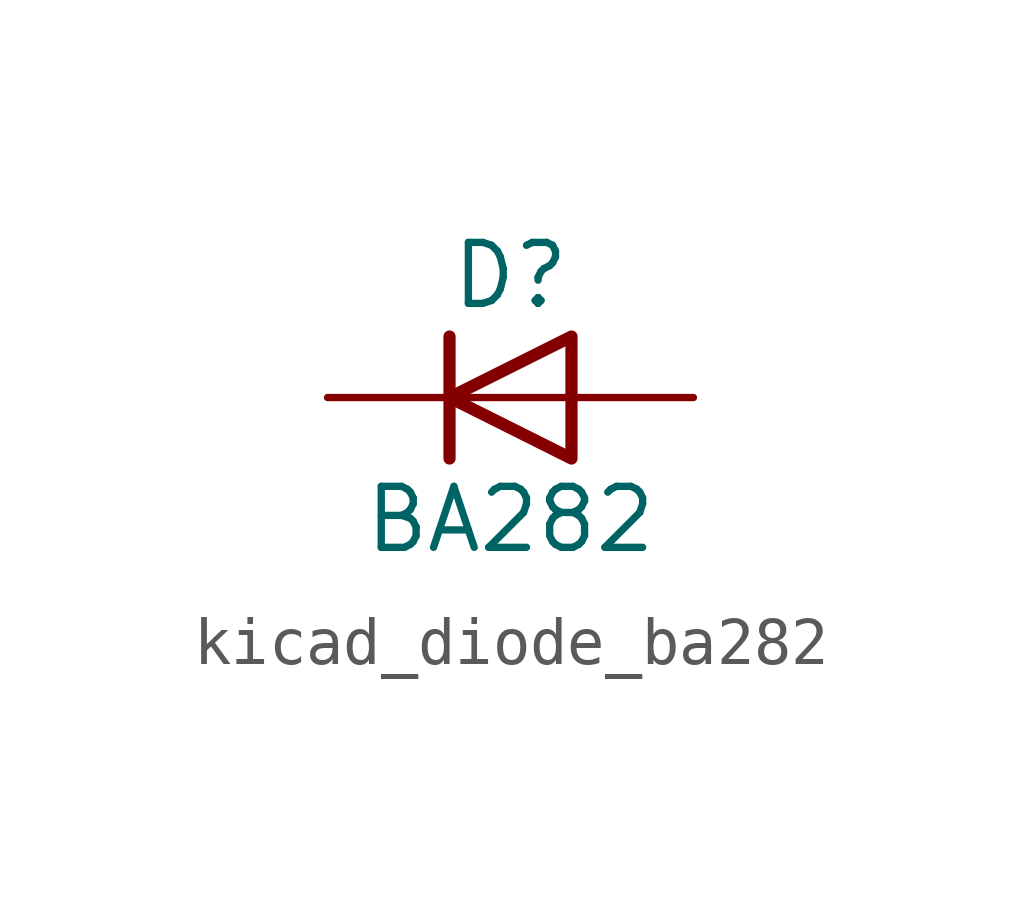
<source format=kicad_sym>
(kicad_symbol_lib
  (version 20220914)
  (generator kicad_symbol_editor)
  (symbol "kicad_diode_ba282"
    (pin_numbers hide)
    (pin_names hide)
    (property "Reference" "D"
      (at 0 2.54 0)
      (effects (font (size 1.27 1.27))))
    (property "Value" "BA282"
      (at 0 -2.54 0)
      (effects (font (size 1.27 1.27))))
    (symbol "kicad_diode_ba282_0_1"
      (polyline (pts (xy -1.27 1.27) (xy -1.27 -1.27)) (stroke (width 0.254) (type default)) (fill (type none)))
      (polyline (pts (xy 1.27 0) (xy -1.27 0)) (stroke (width 0) (type default)) (fill (type none)))
      (polyline (pts (xy 1.27 1.27) (xy 1.27 -1.27) (xy -1.27 0) (xy 1.27 1.27)) (stroke (width 0.254) (type default)) (fill (type none))))
    (symbol "kicad_diode_ba282_1_1"
      (pin passive line (at -3.81 0 0) (length 2.54) (name "K" (effects (font (size 1.27 1.27)))) (number "1" (effects (font (size 1.27 1.27)))))
      (pin passive line (at 3.81 0 180) (length 2.54) (name "A" (effects (font (size 1.27 1.27)))) (number "2" (effects (font (size 1.27 1.27))))))))
</source>
